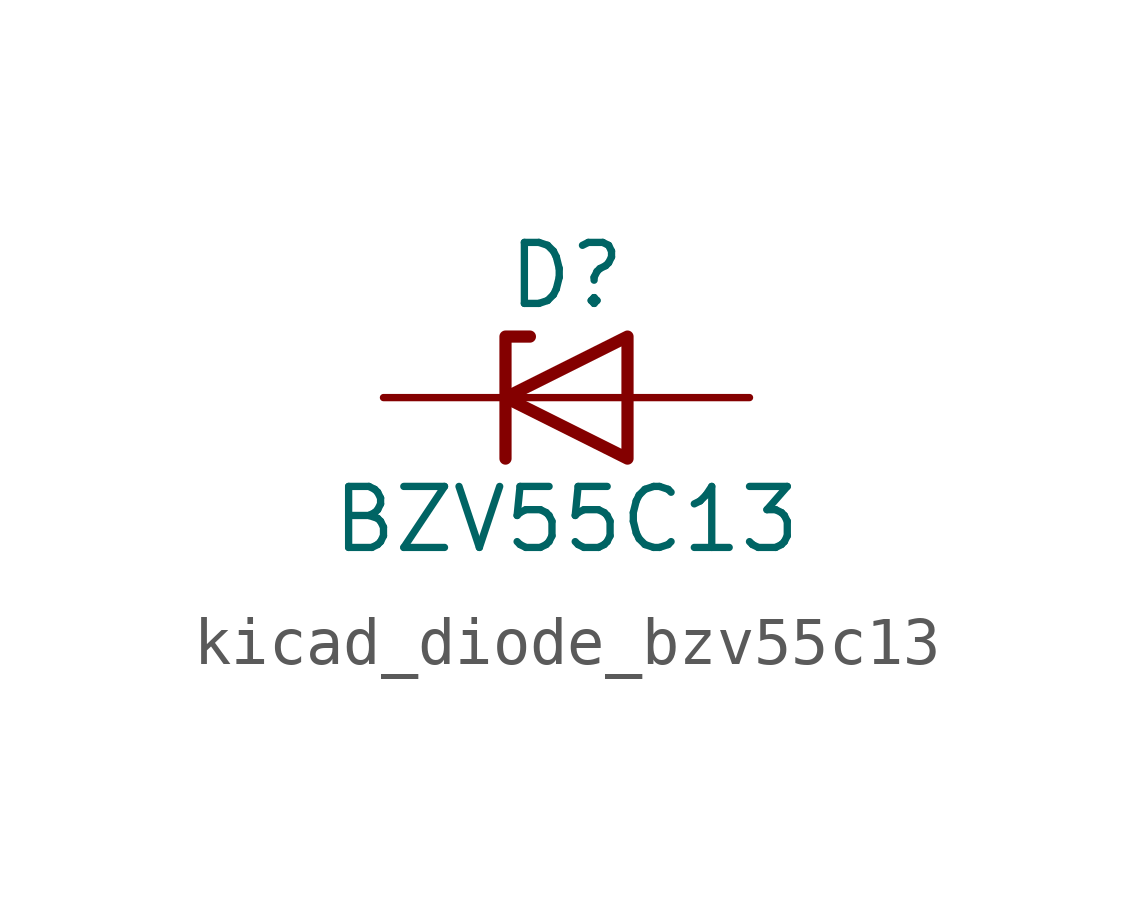
<source format=kicad_sym>
(kicad_symbol_lib
  (version 20220914)
  (generator kicad_symbol_editor)
  (symbol "kicad_diode_bzv55c13"
    (pin_numbers hide)
    (pin_names hide)
    (property "Reference" "D"
      (at 0 2.54 0)
      (effects (font (size 1.27 1.27))))
    (property "Value" "BZV55C13"
      (at 0 -2.54 0)
      (effects (font (size 1.27 1.27))))
    (symbol "kicad_diode_bzv55c13_0_1"
      (polyline (pts (xy 1.27 0) (xy -1.27 0)) (stroke (width 0) (type default)) (fill (type none)))
      (polyline (pts (xy -1.27 -1.27) (xy -1.27 1.27) (xy -0.762 1.27)) (stroke (width 0.254) (type default)) (fill (type none)))
      (polyline (pts (xy 1.27 -1.27) (xy 1.27 1.27) (xy -1.27 0) (xy 1.27 -1.27)) (stroke (width 0.254) (type default)) (fill (type none))))
    (symbol "kicad_diode_bzv55c13_1_1"
      (pin passive line (at -3.81 0 0) (length 2.54) (name "K" (effects (font (size 1.27 1.27)))) (number "1" (effects (font (size 1.27 1.27)))))
      (pin passive line (at 3.81 0 180) (length 2.54) (name "A" (effects (font (size 1.27 1.27)))) (number "2" (effects (font (size 1.27 1.27))))))))
</source>
